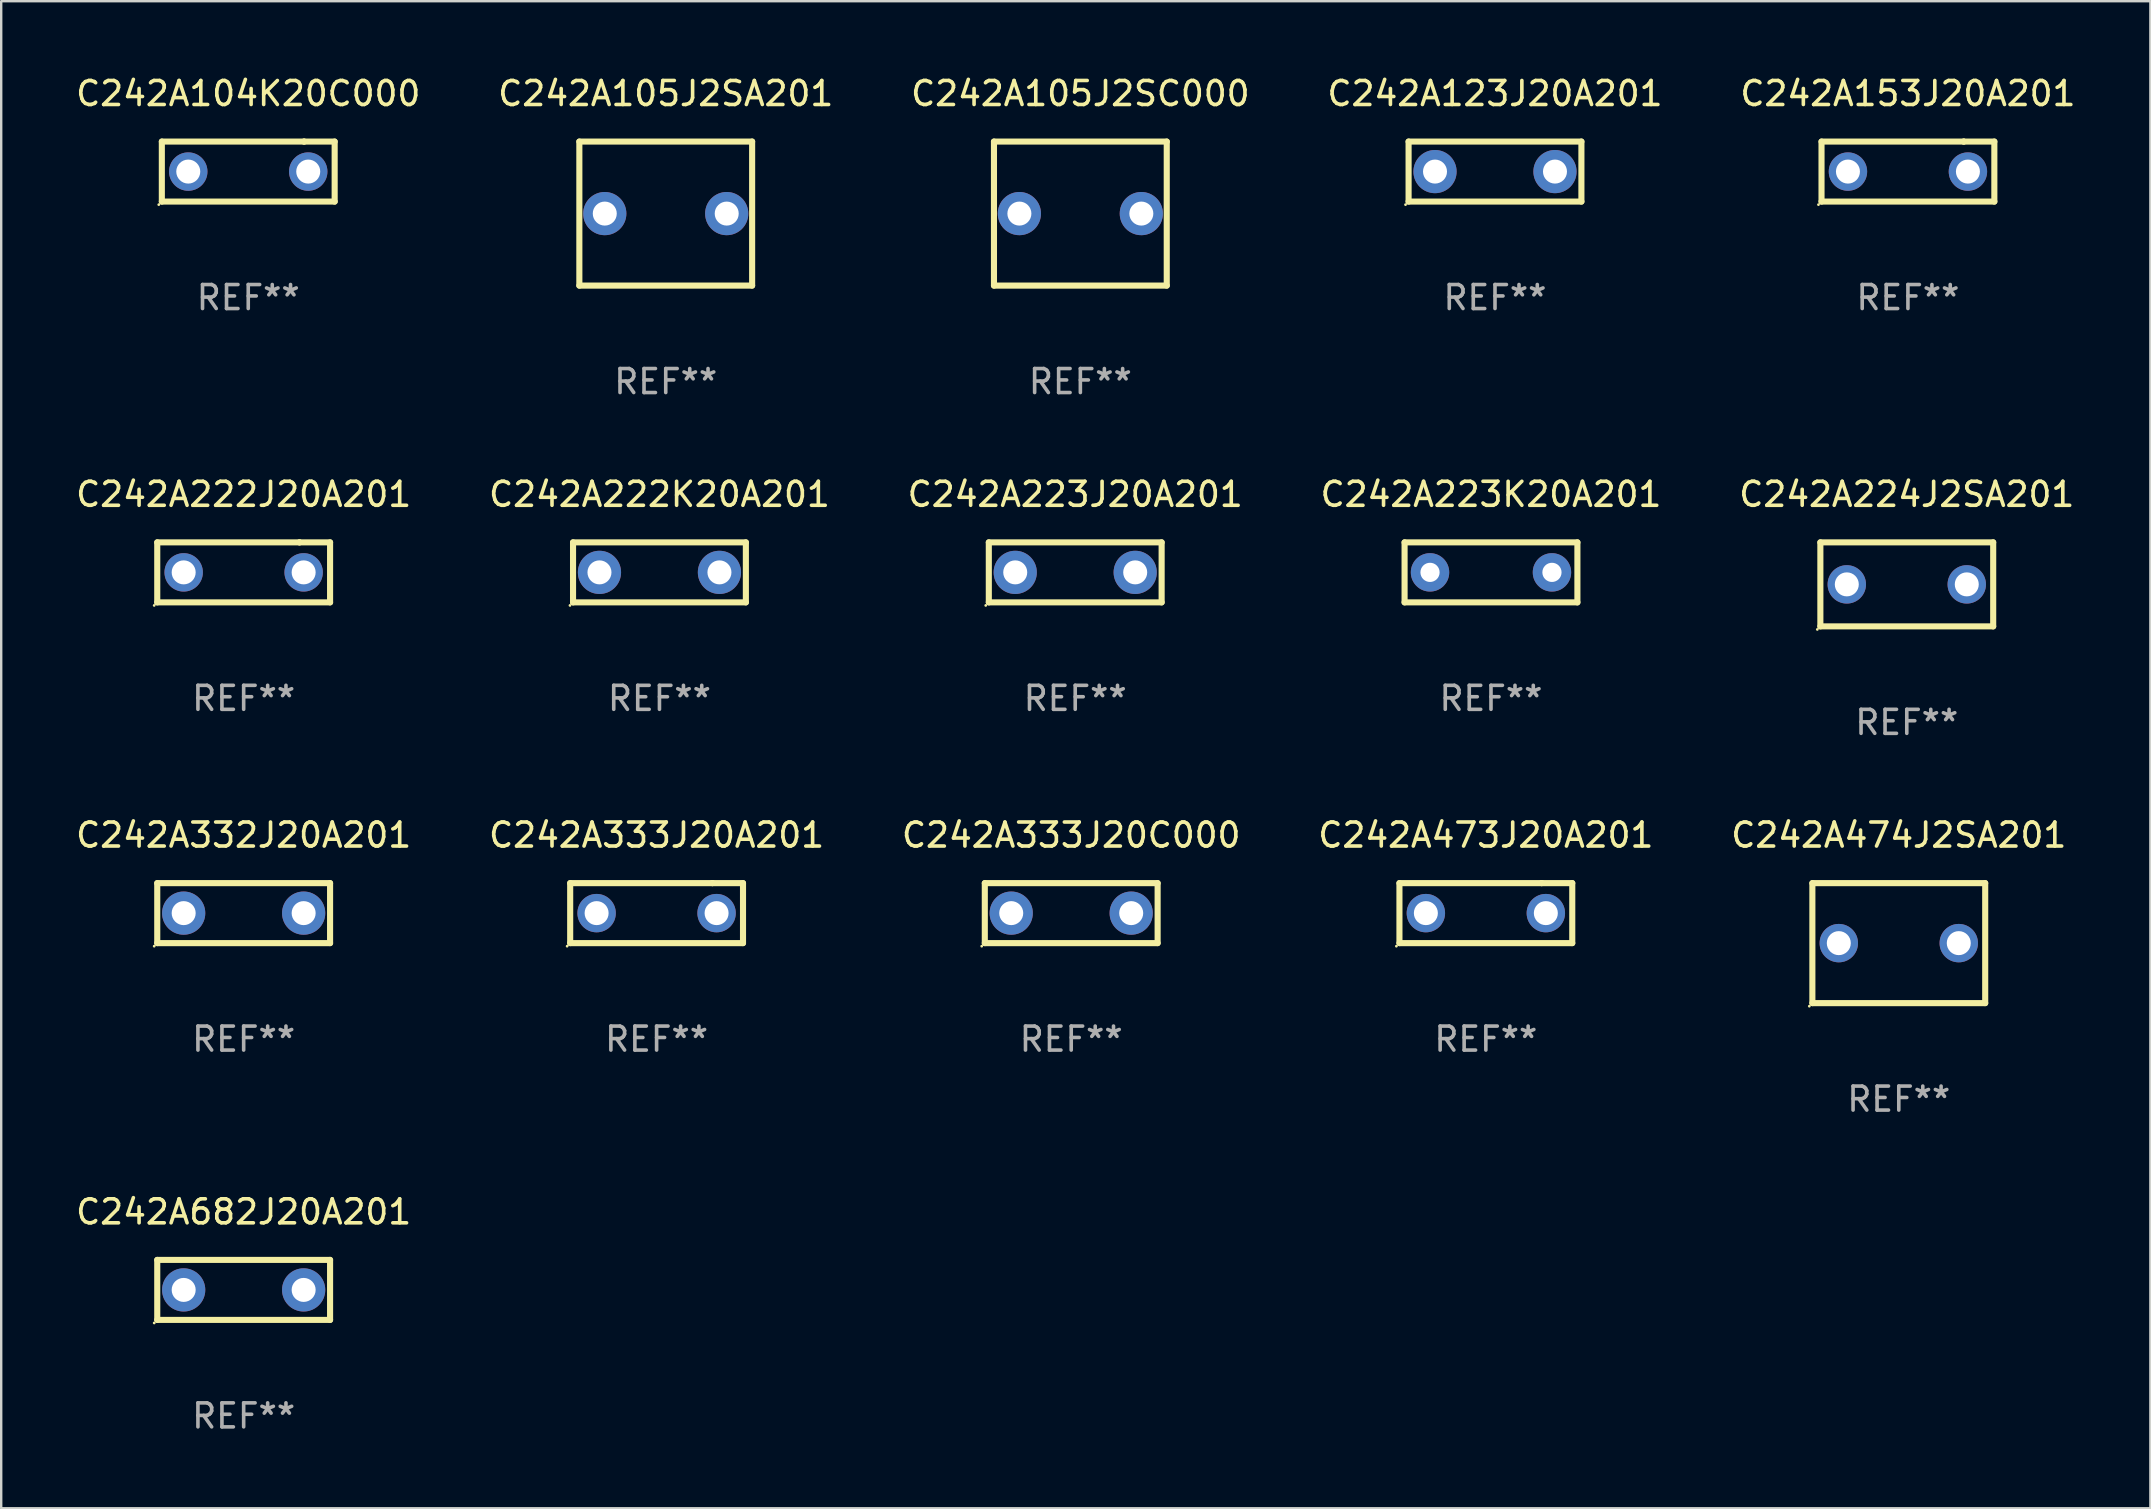
<source format=kicad_pcb>
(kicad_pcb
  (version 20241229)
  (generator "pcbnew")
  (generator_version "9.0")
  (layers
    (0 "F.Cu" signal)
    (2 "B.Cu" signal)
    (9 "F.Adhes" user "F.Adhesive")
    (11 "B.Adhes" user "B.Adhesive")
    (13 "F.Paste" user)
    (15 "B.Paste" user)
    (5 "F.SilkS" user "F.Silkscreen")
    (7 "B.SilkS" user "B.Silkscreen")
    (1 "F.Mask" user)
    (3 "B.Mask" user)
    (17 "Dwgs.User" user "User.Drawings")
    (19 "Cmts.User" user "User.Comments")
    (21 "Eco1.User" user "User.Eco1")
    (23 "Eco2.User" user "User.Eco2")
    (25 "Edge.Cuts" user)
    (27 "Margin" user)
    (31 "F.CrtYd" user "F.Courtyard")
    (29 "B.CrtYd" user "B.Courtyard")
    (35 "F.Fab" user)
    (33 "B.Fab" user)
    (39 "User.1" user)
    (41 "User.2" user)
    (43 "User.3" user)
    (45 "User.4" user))
  (footprint "C242A223K20A201"
    (layer "F.Cu")
    (at 59.065 20.795)
    (property "Reference" "C242A223K20A201" (at 0 -3.25 0) (layer "F.SilkS") (effects (font (size 1 1) (thickness 0.15))))
    (attr through_hole)
    (fp_line (start -3.6 -1.25) (end -3.6 1.25) (stroke (width 0.254) (type solid)) (layer "F.SilkS"))
    (fp_line (start -3.6 -1.25) (end 3.6 -1.25) (stroke (width 0.254) (type solid)) (layer "F.SilkS"))
    (fp_line (start 3.6 1.25) (end -3.6 1.25) (stroke (width 0.254) (type solid)) (layer "F.SilkS"))
    (fp_line (start 3.6 1.25) (end 3.6 -1.25) (stroke (width 0.254) (type solid)) (layer "F.SilkS"))
    (fp_circle (center -3.6 1.25) (end -3.57 1.25) (stroke (width 0.06) (type solid)) (fill no) (layer "F.SilkS"))
    (fp_text user "REF**" (at 0 5.25 0) (layer "F.Fab") (effects (font (size 1 1) (thickness 0.15))))
    (pad "1" thru_hole circle (at -2.54 0) (size 1.6 1.6) (drill 0.8) (layers "*.Cu" "*.Mask"))
    (pad "2" thru_hole circle (at 2.54 0) (size 1.6 1.6) (drill 0.8) (layers "*.Cu" "*.Mask")))
  (footprint "C242A332J20A201"
    (layer "F.Cu")
    (at 7.101 34.991)
    (property "Reference" "C242A332J20A201" (at 0 -3.25 0) (layer "F.SilkS") (effects (font (size 1 1) (thickness 0.15))))
    (attr through_hole)
    (fp_line (start -3.6 -1.25) (end 3.6 -1.25) (stroke (width 0.254) (type solid)) (layer "F.SilkS"))
    (fp_line (start -3.6 1.25) (end -3.6 -1.25) (stroke (width 0.254) (type solid)) (layer "F.SilkS"))
    (fp_line (start -3.6 1.25) (end 3.6 1.25) (stroke (width 0.254) (type solid)) (layer "F.SilkS"))
    (fp_line (start 3.6 -1.25) (end 3.6 1.25) (stroke (width 0.254) (type solid)) (layer "F.SilkS"))
    (fp_circle (center -3.727 1.377) (end -3.697 1.377) (stroke (width 0.06) (type solid)) (fill no) (layer "F.SilkS"))
    (fp_text user "REF**" (at 0 5.25 0) (layer "F.Fab") (effects (font (size 1 1) (thickness 0.15))))
    (pad "1" thru_hole circle (at -2.499 -0.000013) (size 1.8 1.8) (drill 1) (layers "*.Cu" "*.Mask"))
    (pad "2" thru_hole circle (at 2.499 -0.000013) (size 1.8 1.8) (drill 1) (layers "*.Cu" "*.Mask")))
  (footprint "C242A473J20A201"
    (layer "F.Cu")
    (at 58.851 34.991)
    (property "Reference" "C242A473J20A201" (at 0 -3.25 0) (layer "F.SilkS") (effects (font (size 1 1) (thickness 0.15))))
    (attr through_hole)
    (fp_line (start -3.6 1.25) (end -3.6 -1.25) (stroke (width 0.254) (type solid)) (layer "F.SilkS"))
    (fp_line (start -3.6 1.25) (end 3.6 1.25) (stroke (width 0.254) (type solid)) (layer "F.SilkS"))
    (fp_line (start -3.6 -1.25) (end 2.326 -1.25) (stroke (width 0.254) (type solid)) (layer "F.SilkS"))
    (fp_line (start 2.326 -1.25) (end 2.326 -1.25) (stroke (width 0.254) (type solid)) (layer "F.SilkS"))
    (fp_line (start 2.326 -1.25) (end 3.6 -1.25) (stroke (width 0.254) (type solid)) (layer "F.SilkS"))
    (fp_line (start 3.6 -1.25) (end 3.6 1.25) (stroke (width 0.254) (type solid)) (layer "F.SilkS"))
    (fp_circle (center -3.727 1.377) (end -3.697 1.377) (stroke (width 0.06) (type solid)) (fill no) (layer "F.SilkS"))
    (fp_text user "REF**" (at 0 5.25 0) (layer "F.Fab") (effects (font (size 1 1) (thickness 0.15))))
    (pad "1" thru_hole circle (at -2.499 -0.000013) (size 1.6 1.6) (drill 1) (layers "*.Cu" "*.Mask"))
    (pad "2" thru_hole circle (at 2.499 -0.000013) (size 1.6 1.6) (drill 1) (layers "*.Cu" "*.Mask")))
  (footprint "C242A104K20C000"
    (layer "F.Cu")
    (at 7.292 4.098)
    (property "Reference" "C242A104K20C000" (at 0 -3.25 0) (layer "F.SilkS") (effects (font (size 1 1) (thickness 0.15))))
    (attr through_hole)
    (fp_line (start -3.6 1.25) (end -3.6 -1.25) (stroke (width 0.254) (type solid)) (layer "F.SilkS"))
    (fp_line (start -3.6 1.25) (end 3.6 1.25) (stroke (width 0.254) (type solid)) (layer "F.SilkS"))
    (fp_line (start -3.6 -1.25) (end 2.326 -1.25) (stroke (width 0.254) (type solid)) (layer "F.SilkS"))
    (fp_line (start 2.326 -1.25) (end 2.326 -1.25) (stroke (width 0.254) (type solid)) (layer "F.SilkS"))
    (fp_line (start 2.326 -1.25) (end 3.6 -1.25) (stroke (width 0.254) (type solid)) (layer "F.SilkS"))
    (fp_line (start 3.6 -1.25) (end 3.6 1.25) (stroke (width 0.254) (type solid)) (layer "F.SilkS"))
    (fp_circle (center -3.727 1.377) (end -3.697 1.377) (stroke (width 0.06) (type solid)) (fill no) (layer "F.SilkS"))
    (fp_text user "REF**" (at 0 5.25 0) (layer "F.Fab") (effects (font (size 1 1) (thickness 0.15))))
    (pad "1" thru_hole circle (at -2.499 -0.000013) (size 1.6 1.6) (drill 1) (layers "*.Cu" "*.Mask"))
    (pad "2" thru_hole circle (at 2.499 -0.000013) (size 1.6 1.6) (drill 1) (layers "*.Cu" "*.Mask")))
  (footprint "C242A105J2SA201"
    (layer "F.Cu")
    (at 24.685 5.848)
    (property "Reference" "C242A105J2SA201" (at 0 -5 0) (layer "F.SilkS") (effects (font (size 1 1) (thickness 0.15))))
    (attr through_hole)
    (fp_line (start -3.599 -3) (end -3.599 3) (stroke (width 0.254) (type solid)) (layer "F.SilkS"))
    (fp_line (start -3.599 -3) (end 3.599 -3) (stroke (width 0.254) (type solid)) (layer "F.SilkS"))
    (fp_line (start 3.599 3) (end -3.599 3) (stroke (width 0.254) (type solid)) (layer "F.SilkS"))
    (fp_line (start 3.599 3) (end 3.599 -3) (stroke (width 0.254) (type solid)) (layer "F.SilkS"))
    (fp_circle (center -3.6 3) (end -3.57 3) (stroke (width 0.06) (type solid)) (fill no) (layer "F.SilkS"))
    (fp_text user "REF**" (at 0 7 0) (layer "F.Fab") (effects (font (size 1 1) (thickness 0.15))))
    (pad "1" thru_hole circle (at -2.54 0) (size 1.8 1.8) (drill 1) (layers "*.Cu" "*.Mask"))
    (pad "2" thru_hole circle (at 2.54 0) (size 1.8 1.8) (drill 1) (layers "*.Cu" "*.Mask")))
  (footprint "C242A333J20C000"
    (layer "F.Cu")
    (at 41.577 34.991)
    (property "Reference" "C242A333J20C000" (at 0 -3.25 0) (layer "F.SilkS") (effects (font (size 1 1) (thickness 0.15))))
    (attr through_hole)
    (fp_line (start -3.6 -1.25) (end 3.6 -1.25) (stroke (width 0.254) (type solid)) (layer "F.SilkS"))
    (fp_line (start -3.6 1.25) (end -3.6 -1.25) (stroke (width 0.254) (type solid)) (layer "F.SilkS"))
    (fp_line (start -3.6 1.25) (end 3.6 1.25) (stroke (width 0.254) (type solid)) (layer "F.SilkS"))
    (fp_line (start 3.6 -1.25) (end 3.6 1.25) (stroke (width 0.254) (type solid)) (layer "F.SilkS"))
    (fp_circle (center -3.727 1.377) (end -3.697 1.377) (stroke (width 0.06) (type solid)) (fill no) (layer "F.SilkS"))
    (fp_text user "REF**" (at 0 5.25 0) (layer "F.Fab") (effects (font (size 1 1) (thickness 0.15))))
    (pad "1" thru_hole circle (at -2.499 -0.000013) (size 1.8 1.8) (drill 1) (layers "*.Cu" "*.Mask"))
    (pad "2" thru_hole circle (at 2.499 -0.000013) (size 1.8 1.8) (drill 1) (layers "*.Cu" "*.Mask")))
  (footprint "C242A333J20A201"
    (layer "F.Cu")
    (at 24.304 34.991)
    (property "Reference" "C242A333J20A201" (at 0 -3.25 0) (layer "F.SilkS") (effects (font (size 1 1) (thickness 0.15))))
    (attr through_hole)
    (fp_line (start -3.6 1.25) (end -3.6 -1.25) (stroke (width 0.254) (type solid)) (layer "F.SilkS"))
    (fp_line (start -3.6 1.25) (end 3.6 1.25) (stroke (width 0.254) (type solid)) (layer "F.SilkS"))
    (fp_line (start -3.6 -1.25) (end 2.326 -1.25) (stroke (width 0.254) (type solid)) (layer "F.SilkS"))
    (fp_line (start 2.326 -1.25) (end 2.326 -1.25) (stroke (width 0.254) (type solid)) (layer "F.SilkS"))
    (fp_line (start 2.326 -1.25) (end 3.6 -1.25) (stroke (width 0.254) (type solid)) (layer "F.SilkS"))
    (fp_line (start 3.6 -1.25) (end 3.6 1.25) (stroke (width 0.254) (type solid)) (layer "F.SilkS"))
    (fp_circle (center -3.727 1.377) (end -3.697 1.377) (stroke (width 0.06) (type solid)) (fill no) (layer "F.SilkS"))
    (fp_text user "REF**" (at 0 5.25 0) (layer "F.Fab") (effects (font (size 1 1) (thickness 0.15))))
    (pad "1" thru_hole circle (at -2.499 -0.000013) (size 1.6 1.6) (drill 1) (layers "*.Cu" "*.Mask"))
    (pad "2" thru_hole circle (at 2.499 -0.000013) (size 1.6 1.6) (drill 1) (layers "*.Cu" "*.Mask")))
  (footprint "C242A222K20A201"
    (layer "F.Cu")
    (at 24.423 20.795)
    (property "Reference" "C242A222K20A201" (at 0 -3.25 0) (layer "F.SilkS") (effects (font (size 1 1) (thickness 0.15))))
    (attr through_hole)
    (fp_line (start -3.6 -1.25) (end 3.6 -1.25) (stroke (width 0.254) (type solid)) (layer "F.SilkS"))
    (fp_line (start -3.6 1.25) (end -3.6 -1.25) (stroke (width 0.254) (type solid)) (layer "F.SilkS"))
    (fp_line (start -3.6 1.25) (end 3.6 1.25) (stroke (width 0.254) (type solid)) (layer "F.SilkS"))
    (fp_line (start 3.6 -1.25) (end 3.6 1.25) (stroke (width 0.254) (type solid)) (layer "F.SilkS"))
    (fp_circle (center -3.727 1.377) (end -3.697 1.377) (stroke (width 0.06) (type solid)) (fill no) (layer "F.SilkS"))
    (fp_text user "REF**" (at 0 5.25 0) (layer "F.Fab") (effects (font (size 1 1) (thickness 0.15))))
    (pad "1" thru_hole circle (at -2.499 -0.000013) (size 1.8 1.8) (drill 1) (layers "*.Cu" "*.Mask"))
    (pad "2" thru_hole circle (at 2.499 -0.000013) (size 1.8 1.8) (drill 1) (layers "*.Cu" "*.Mask")))
  (footprint "C242A222J20A201"
    (layer "F.Cu")
    (at 7.101 20.795)
    (property "Reference" "C242A222J20A201" (at 0 -3.25 0) (layer "F.SilkS") (effects (font (size 1 1) (thickness 0.15))))
    (attr through_hole)
    (fp_line (start -3.6 1.25) (end -3.6 -1.25) (stroke (width 0.254) (type solid)) (layer "F.SilkS"))
    (fp_line (start -3.6 1.25) (end 3.6 1.25) (stroke (width 0.254) (type solid)) (layer "F.SilkS"))
    (fp_line (start -3.6 -1.25) (end 2.326 -1.25) (stroke (width 0.254) (type solid)) (layer "F.SilkS"))
    (fp_line (start 2.326 -1.25) (end 2.326 -1.25) (stroke (width 0.254) (type solid)) (layer "F.SilkS"))
    (fp_line (start 2.326 -1.25) (end 3.6 -1.25) (stroke (width 0.254) (type solid)) (layer "F.SilkS"))
    (fp_line (start 3.6 -1.25) (end 3.6 1.25) (stroke (width 0.254) (type solid)) (layer "F.SilkS"))
    (fp_circle (center -3.727 1.377) (end -3.697 1.377) (stroke (width 0.06) (type solid)) (fill no) (layer "F.SilkS"))
    (fp_text user "REF**" (at 0 5.25 0) (layer "F.Fab") (effects (font (size 1 1) (thickness 0.15))))
    (pad "1" thru_hole circle (at -2.499 -0.000013) (size 1.6 1.6) (drill 1) (layers "*.Cu" "*.Mask"))
    (pad "2" thru_hole circle (at 2.499 -0.000013) (size 1.6 1.6) (drill 1) (layers "*.Cu" "*.Mask")))
  (footprint "C242A474J2SA201"
    (layer "F.Cu")
    (at 76.054 36.241)
    (property "Reference" "C242A474J2SA201" (at 0 -4.5 0) (layer "F.SilkS") (effects (font (size 1 1) (thickness 0.15))))
    (attr through_hole)
    (fp_line (start -3.6 -2.5) (end 3.6 -2.5) (stroke (width 0.254) (type solid)) (layer "F.SilkS"))
    (fp_line (start -3.6 2.5) (end -3.6 -2.5) (stroke (width 0.254) (type solid)) (layer "F.SilkS"))
    (fp_line (start -3.6 2.5) (end 3.6 2.5) (stroke (width 0.254) (type solid)) (layer "F.SilkS"))
    (fp_line (start 3.6 -2.5) (end 3.6 2.5) (stroke (width 0.254) (type solid)) (layer "F.SilkS"))
    (fp_circle (center -3.727 2.627) (end -3.697 2.627) (stroke (width 0.06) (type solid)) (fill no) (layer "F.SilkS"))
    (fp_text user "REF**" (at 0 6.5 0) (layer "F.Fab") (effects (font (size 1 1) (thickness 0.15))))
    (pad "1" thru_hole circle (at -2.499 0) (size 1.6 1.6) (drill 1) (layers "*.Cu" "*.Mask"))
    (pad "2" thru_hole circle (at 2.499 0) (size 1.6 1.6) (drill 1) (layers "*.Cu" "*.Mask")))
  (footprint "C242A224J2SA201"
    (layer "F.Cu")
    (at 76.387 21.295)
    (property "Reference" "C242A224J2SA201" (at 0 -3.75 0) (layer "F.SilkS") (effects (font (size 1 1) (thickness 0.15))))
    (attr through_hole)
    (fp_line (start -3.6 -1.75) (end 3.6 -1.75) (stroke (width 0.254) (type solid)) (layer "F.SilkS"))
    (fp_line (start -3.6 1.75) (end -3.6 -1.75) (stroke (width 0.254) (type solid)) (layer "F.SilkS"))
    (fp_line (start -3.6 1.75) (end 3.6 1.75) (stroke (width 0.254) (type solid)) (layer "F.SilkS"))
    (fp_line (start 3.6 -1.75) (end 3.6 1.75) (stroke (width 0.254) (type solid)) (layer "F.SilkS"))
    (fp_circle (center -3.727 1.877) (end -3.697 1.877) (stroke (width 0.06) (type solid)) (fill no) (layer "F.SilkS"))
    (fp_text user "REF**" (at 0 5.75 0) (layer "F.Fab") (effects (font (size 1 1) (thickness 0.15))))
    (pad "1" thru_hole circle (at -2.499 -0.000013) (size 1.6 1.6) (drill 1) (layers "*.Cu" "*.Mask"))
    (pad "2" thru_hole circle (at 2.499 -0.000013) (size 1.6 1.6) (drill 1) (layers "*.Cu" "*.Mask")))
  (footprint "C242A153J20A201"
    (layer "F.Cu")
    (at 76.435 4.098)
    (property "Reference" "C242A153J20A201" (at 0 -3.25 0) (layer "F.SilkS") (effects (font (size 1 1) (thickness 0.15))))
    (attr through_hole)
    (fp_line (start -3.6 1.25) (end -3.6 -1.25) (stroke (width 0.254) (type solid)) (layer "F.SilkS"))
    (fp_line (start -3.6 1.25) (end 3.6 1.25) (stroke (width 0.254) (type solid)) (layer "F.SilkS"))
    (fp_line (start -3.6 -1.25) (end 2.326 -1.25) (stroke (width 0.254) (type solid)) (layer "F.SilkS"))
    (fp_line (start 2.326 -1.25) (end 2.326 -1.25) (stroke (width 0.254) (type solid)) (layer "F.SilkS"))
    (fp_line (start 2.326 -1.25) (end 3.6 -1.25) (stroke (width 0.254) (type solid)) (layer "F.SilkS"))
    (fp_line (start 3.6 -1.25) (end 3.6 1.25) (stroke (width 0.254) (type solid)) (layer "F.SilkS"))
    (fp_circle (center -3.727 1.377) (end -3.697 1.377) (stroke (width 0.06) (type solid)) (fill no) (layer "F.SilkS"))
    (fp_text user "REF**" (at 0 5.25 0) (layer "F.Fab") (effects (font (size 1 1) (thickness 0.15))))
    (pad "1" thru_hole circle (at -2.499 -0.000013) (size 1.6 1.6) (drill 1) (layers "*.Cu" "*.Mask"))
    (pad "2" thru_hole circle (at 2.499 -0.000013) (size 1.6 1.6) (drill 1) (layers "*.Cu" "*.Mask")))
  (footprint "C242A123J20A201"
    (layer "F.Cu")
    (at 59.232 4.098)
    (property "Reference" "C242A123J20A201" (at 0 -3.25 0) (layer "F.SilkS") (effects (font (size 1 1) (thickness 0.15))))
    (attr through_hole)
    (fp_line (start -3.6 -1.25) (end 3.6 -1.25) (stroke (width 0.254) (type solid)) (layer "F.SilkS"))
    (fp_line (start -3.6 1.25) (end -3.6 -1.25) (stroke (width 0.254) (type solid)) (layer "F.SilkS"))
    (fp_line (start -3.6 1.25) (end 3.6 1.25) (stroke (width 0.254) (type solid)) (layer "F.SilkS"))
    (fp_line (start 3.6 -1.25) (end 3.6 1.25) (stroke (width 0.254) (type solid)) (layer "F.SilkS"))
    (fp_circle (center -3.727 1.377) (end -3.697 1.377) (stroke (width 0.06) (type solid)) (fill no) (layer "F.SilkS"))
    (fp_text user "REF**" (at 0 5.25 0) (layer "F.Fab") (effects (font (size 1 1) (thickness 0.15))))
    (pad "1" thru_hole circle (at -2.499 -0.000013) (size 1.8 1.8) (drill 1) (layers "*.Cu" "*.Mask"))
    (pad "2" thru_hole circle (at 2.499 -0.000013) (size 1.8 1.8) (drill 1) (layers "*.Cu" "*.Mask")))
  (footprint "C242A682J20A201"
    (layer "F.Cu")
    (at 7.101 50.688)
    (property "Reference" "C242A682J20A201" (at 0 -3.25 0) (layer "F.SilkS") (effects (font (size 1 1) (thickness 0.15))))
    (attr through_hole)
    (fp_line (start -3.6 -1.25) (end 3.6 -1.25) (stroke (width 0.254) (type solid)) (layer "F.SilkS"))
    (fp_line (start -3.6 1.25) (end -3.6 -1.25) (stroke (width 0.254) (type solid)) (layer "F.SilkS"))
    (fp_line (start -3.6 1.25) (end 3.6 1.25) (stroke (width 0.254) (type solid)) (layer "F.SilkS"))
    (fp_line (start 3.6 -1.25) (end 3.6 1.25) (stroke (width 0.254) (type solid)) (layer "F.SilkS"))
    (fp_circle (center -3.727 1.377) (end -3.697 1.377) (stroke (width 0.06) (type solid)) (fill no) (layer "F.SilkS"))
    (fp_text user "REF**" (at 0 5.25 0) (layer "F.Fab") (effects (font (size 1 1) (thickness 0.15))))
    (pad "1" thru_hole circle (at -2.499 -0.000013) (size 1.8 1.8) (drill 1) (layers "*.Cu" "*.Mask"))
    (pad "2" thru_hole circle (at 2.499 -0.000013) (size 1.8 1.8) (drill 1) (layers "*.Cu" "*.Mask")))
  (footprint "C242A223J20A201"
    (layer "F.Cu")
    (at 41.744 20.795)
    (property "Reference" "C242A223J20A201" (at 0 -3.25 0) (layer "F.SilkS") (effects (font (size 1 1) (thickness 0.15))))
    (attr through_hole)
    (fp_line (start -3.6 -1.25) (end 3.6 -1.25) (stroke (width 0.254) (type solid)) (layer "F.SilkS"))
    (fp_line (start -3.6 1.25) (end -3.6 -1.25) (stroke (width 0.254) (type solid)) (layer "F.SilkS"))
    (fp_line (start -3.6 1.25) (end 3.6 1.25) (stroke (width 0.254) (type solid)) (layer "F.SilkS"))
    (fp_line (start 3.6 -1.25) (end 3.6 1.25) (stroke (width 0.254) (type solid)) (layer "F.SilkS"))
    (fp_circle (center -3.727 1.377) (end -3.697 1.377) (stroke (width 0.06) (type solid)) (fill no) (layer "F.SilkS"))
    (fp_text user "REF**" (at 0 5.25 0) (layer "F.Fab") (effects (font (size 1 1) (thickness 0.15))))
    (pad "1" thru_hole circle (at -2.499 -0.000013) (size 1.8 1.8) (drill 1) (layers "*.Cu" "*.Mask"))
    (pad "2" thru_hole circle (at 2.499 -0.000013) (size 1.8 1.8) (drill 1) (layers "*.Cu" "*.Mask")))
  (footprint "C242A105J2SC000"
    (layer "F.Cu")
    (at 41.958 5.848)
    (property "Reference" "C242A105J2SC000" (at 0 -5 0) (layer "F.SilkS") (effects (font (size 1 1) (thickness 0.15))))
    (attr through_hole)
    (fp_line (start -3.599 -3) (end -3.599 3) (stroke (width 0.254) (type solid)) (layer "F.SilkS"))
    (fp_line (start -3.599 -3) (end 3.599 -3) (stroke (width 0.254) (type solid)) (layer "F.SilkS"))
    (fp_line (start 3.599 3) (end -3.599 3) (stroke (width 0.254) (type solid)) (layer "F.SilkS"))
    (fp_line (start 3.599 3) (end 3.599 -3) (stroke (width 0.254) (type solid)) (layer "F.SilkS"))
    (fp_circle (center -3.6 3) (end -3.57 3) (stroke (width 0.06) (type solid)) (fill no) (layer "F.SilkS"))
    (fp_text user "REF**" (at 0 7 0) (layer "F.Fab") (effects (font (size 1 1) (thickness 0.15))))
    (pad "1" thru_hole circle (at -2.54 0) (size 1.8 1.8) (drill 1) (layers "*.Cu" "*.Mask"))
    (pad "2" thru_hole circle (at 2.54 0) (size 1.8 1.8) (drill 1) (layers "*.Cu" "*.Mask")))
  (gr_rect
    (start -3 -3)
    (end 86.536 59.786)
    (stroke (width 0.1) (type default))
    (fill no)
    (layer "Edge.Cuts")))
</source>
